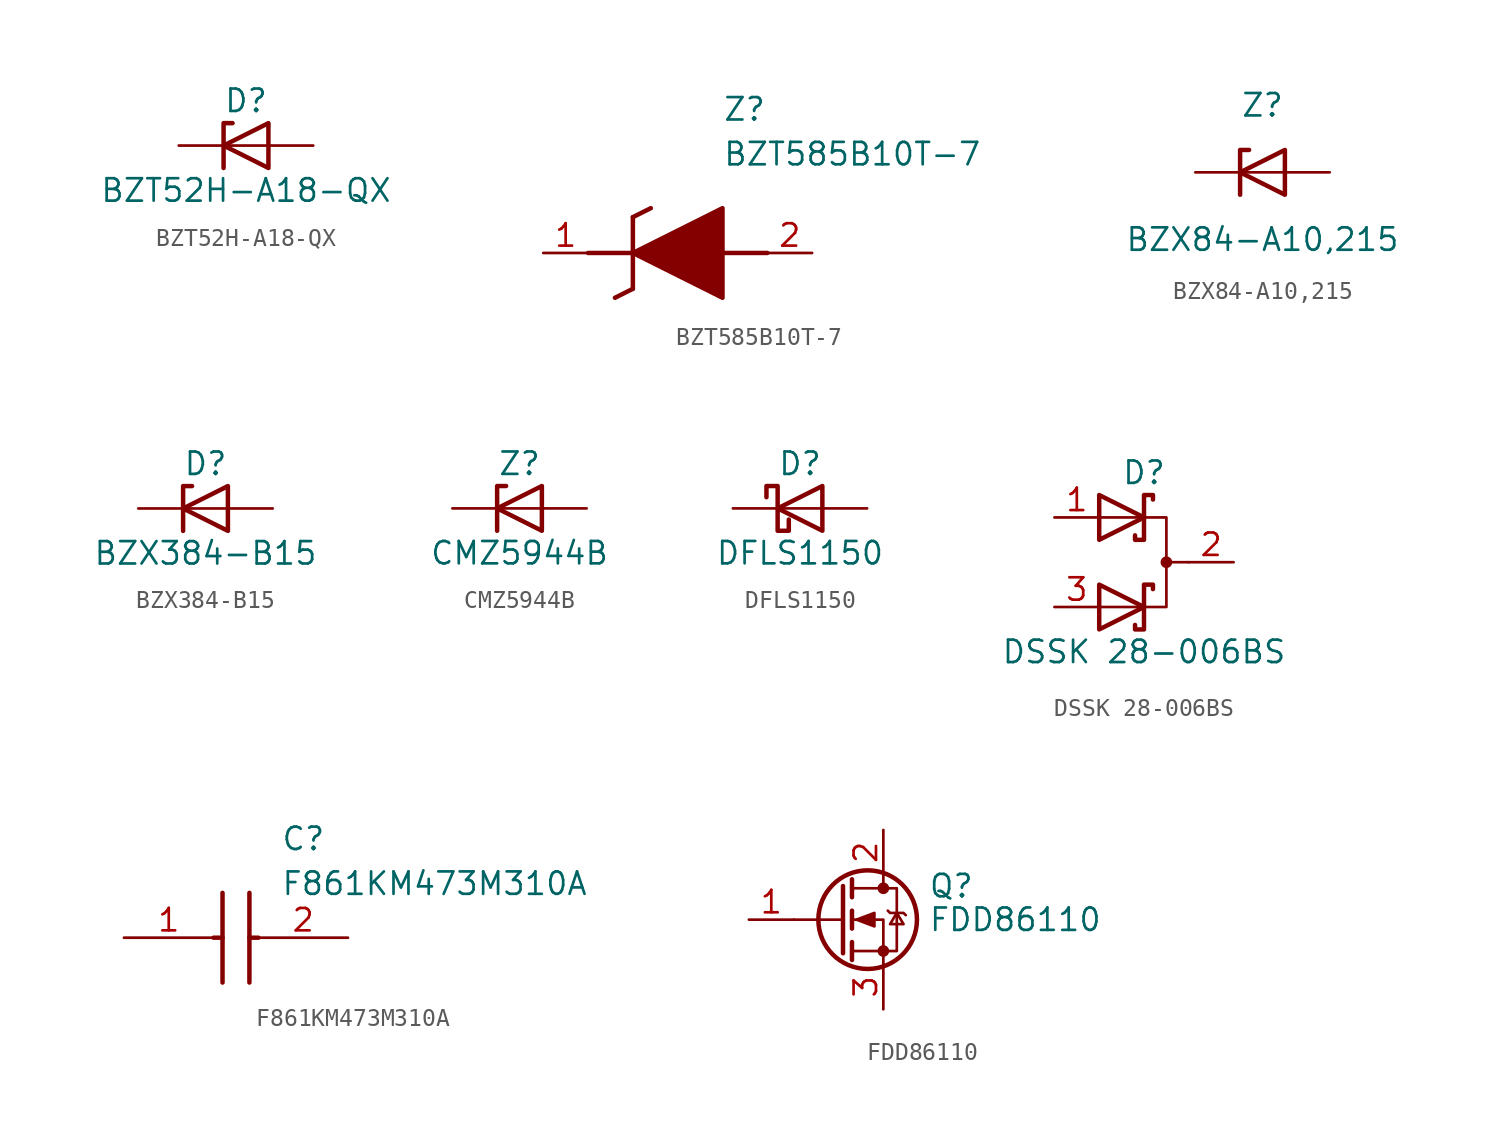
<source format=kicad_sym>
(kicad_symbol_lib
  (version 20231120)
  (generator "kicad_symbol_editor")
  (generator_version "8.0")
  (symbol "BZT52H-A18-QX"
    (pin_numbers hide)
    (pin_names
      (offset 1.016) hide)
    (property "Reference" "D"
      (at 0 2.54 0)
      (effects (font (size 1.27 1.27))))
    (property "Value" "BZT52H-A18-QX"
      (at 0 -2.54 0)
      (effects (font (size 1.27 1.27))))
    (symbol "BZT52H-A18-QX_0_1"
      (polyline (pts (xy 1.27 0) (xy -1.27 0)) (stroke (width 0) (type default)) (fill (type none)))
      (polyline (pts (xy -1.27 -1.27) (xy -1.27 1.27) (xy -0.762 1.27)) (stroke (width 0.254) (type default)) (fill (type none)))
      (polyline (pts (xy 1.27 -1.27) (xy 1.27 1.27) (xy -1.27 0) (xy 1.27 -1.27)) (stroke (width 0.254) (type default)) (fill (type none))))
    (symbol "BZT52H-A18-QX_1_1"
      (pin passive line (at -3.81 0 0) (length 2.54) (name "K" (effects (font (size 1.27 1.27)))) (number "1" (effects (font (size 1.27 1.27)))))
      (pin passive line (at 3.81 0 180) (length 2.54) (name "A" (effects (font (size 1.27 1.27)))) (number "2" (effects (font (size 1.27 1.27)))))))
  (symbol "BZT585B10T-7"
    (pin_names hide)
    (property "Reference" "Z"
      (at 10.16 8.89 0)
      (effects (font (size 1.27 1.27)) (justify left top)))
    (property "Value" "BZT585B10T-7"
      (at 10.16 6.35 0)
      (effects (font (size 1.27 1.27)) (justify left top)))
    (symbol "BZT585B10T-7_1_1"
      (polyline (pts (xy 2.54 0) (xy 5.08 0)) (stroke (width 0.254) (type default)) (fill (type none)))
      (polyline (pts (xy 4.064 -2.54) (xy 5.08 -2.032)) (stroke (width 0.254) (type default)) (fill (type none)))
      (polyline (pts (xy 5.08 2.032) (xy 5.08 -2.032)) (stroke (width 0.254) (type default)) (fill (type none)))
      (polyline (pts (xy 5.08 2.032) (xy 6.096 2.54)) (stroke (width 0.254) (type default)) (fill (type none)))
      (polyline (pts (xy 12.7 0) (xy 10.16 0)) (stroke (width 0.254) (type default)) (fill (type none)))
      (polyline (pts (xy 5.08 0) (xy 10.16 2.54) (xy 10.16 -2.54) (xy 5.08 0)) (stroke (width 0.254) (type default)) (fill (type outline)))
      (pin passive line (at 0 0 0) (length 2.54) (name "K" (effects (font (size 1.27 1.27)))) (number "1" (effects (font (size 1.27 1.27)))))
      (pin passive line (at 15.24 0 180) (length 2.54) (name "A" (effects (font (size 1.27 1.27)))) (number "2" (effects (font (size 1.27 1.27)))))))
  (symbol "BZX84-A10,215"
    (pin_numbers hide)
    (pin_names hide)
    (property "Reference" "Z"
      (at 0 3.81 0)
      (effects (font (size 1.27 1.27))))
    (property "Value" "BZX84-A10,215"
      (at 0 -3.81 0)
      (effects (font (size 1.27 1.27))))
    (symbol "BZX84-A10,215_0_1"
      (polyline (pts (xy 1.27 0) (xy -1.27 0)) (stroke (width 0) (type default)) (fill (type none)))
      (polyline (pts (xy -1.27 -1.27) (xy -1.27 1.27) (xy -0.762 1.27)) (stroke (width 0.254) (type default)) (fill (type none)))
      (polyline (pts (xy 1.27 -1.27) (xy 1.27 1.27) (xy -1.27 0) (xy 1.27 -1.27)) (stroke (width 0.254) (type default)) (fill (type none))))
    (symbol "BZX84-A10,215_1_1"
      (pin passive line (at 3.81 0 180) (length 2.54) (name "A" (effects (font (size 1.27 1.27)))) (number "1" (effects (font (size 1.27 1.27)))))
      (pin no_connect line (at 1.27 0 180) (length 2.54) hide (name "NC" (effects (font (size 1.27 1.27)))) (number "2" (effects (font (size 1.27 1.27)))))
      (pin passive line (at -3.81 0 0) (length 2.54) (name "K" (effects (font (size 1.27 1.27)))) (number "3" (effects (font (size 1.27 1.27)))))))
  (symbol "BZX384-B15"
    (pin_numbers hide)
    (pin_names
      (offset 1.016) hide)
    (property "Reference" "D"
      (at 0 2.54 0)
      (effects (font (size 1.27 1.27))))
    (property "Value" "BZX384-B15"
      (at 0 -2.54 0)
      (effects (font (size 1.27 1.27))))
    (symbol "BZX384-B15_0_1"
      (polyline (pts (xy 1.27 0) (xy -1.27 0)) (stroke (width 0) (type default)) (fill (type none)))
      (polyline (pts (xy -1.27 -1.27) (xy -1.27 1.27) (xy -0.762 1.27)) (stroke (width 0.254) (type default)) (fill (type none)))
      (polyline (pts (xy 1.27 -1.27) (xy 1.27 1.27) (xy -1.27 0) (xy 1.27 -1.27)) (stroke (width 0.254) (type default)) (fill (type none))))
    (symbol "BZX384-B15_1_1"
      (pin passive line (at -3.81 0 0) (length 2.54) (name "K" (effects (font (size 1.27 1.27)))) (number "1" (effects (font (size 1.27 1.27)))))
      (pin passive line (at 3.81 0 180) (length 2.54) (name "A" (effects (font (size 1.27 1.27)))) (number "2" (effects (font (size 1.27 1.27)))))))
  (symbol "CMZ5944B"
    (pin_numbers hide)
    (pin_names
      (offset 1.016) hide)
    (property "Reference" "Z"
      (at 0 2.54 0)
      (effects (font (size 1.27 1.27))))
    (property "Value" "CMZ5944B"
      (at 0 -2.54 0)
      (effects (font (size 1.27 1.27))))
    (symbol "CMZ5944B_0_1"
      (polyline (pts (xy 1.27 0) (xy -1.27 0)) (stroke (width 0) (type default)) (fill (type none)))
      (polyline (pts (xy -1.27 -1.27) (xy -1.27 1.27) (xy -0.762 1.27)) (stroke (width 0.254) (type default)) (fill (type none)))
      (polyline (pts (xy 1.27 -1.27) (xy 1.27 1.27) (xy -1.27 0) (xy 1.27 -1.27)) (stroke (width 0.254) (type default)) (fill (type none))))
    (symbol "CMZ5944B_1_1"
      (pin passive line (at -3.81 0 0) (length 2.54) (name "K" (effects (font (size 1.27 1.27)))) (number "1" (effects (font (size 1.27 1.27)))))
      (pin passive line (at 3.81 0 180) (length 2.54) (name "A" (effects (font (size 1.27 1.27)))) (number "2" (effects (font (size 1.27 1.27)))))))
  (symbol "DFLS1150"
    (pin_numbers hide)
    (pin_names
      (offset 1.016) hide)
    (property "Reference" "D"
      (at 0 2.54 0)
      (effects (font (size 1.27 1.27))))
    (property "Value" "DFLS1150"
      (at 0 -2.54 0)
      (effects (font (size 1.27 1.27))))
    (symbol "DFLS1150_0_1"
      (polyline (pts (xy 1.27 0) (xy -1.27 0)) (stroke (width 0) (type default)) (fill (type none)))
      (polyline (pts (xy 1.27 1.27) (xy 1.27 -1.27) (xy -1.27 0) (xy 1.27 1.27)) (stroke (width 0.254) (type default)) (fill (type none)))
      (polyline (pts (xy -1.905 0.635) (xy -1.905 1.27) (xy -1.27 1.27) (xy -1.27 -1.27) (xy -0.635 -1.27) (xy -0.635 -0.635)) (stroke (width 0.254) (type default)) (fill (type none))))
    (symbol "DFLS1150_1_1"
      (pin passive line (at -3.81 0 0) (length 2.54) (name "K" (effects (font (size 1.27 1.27)))) (number "1" (effects (font (size 1.27 1.27)))))
      (pin passive line (at 3.81 0 180) (length 2.54) (name "A" (effects (font (size 1.27 1.27)))) (number "2" (effects (font (size 1.27 1.27)))))))
  (symbol "DSSK 28-006BS"
    (pin_names
      (offset 0.762) hide)
    (property "Reference" "D"
      (at 0 5.08 0)
      (effects (font (size 1.27 1.27))))
    (property "Value" "DSSK 28-006BS"
      (at 0 -5.08 0)
      (effects (font (size 1.27 1.27))))
    (symbol "DSSK 28-006BS_0_1"
      (polyline (pts (xy 1.27 0) (xy 2.54 0)) (stroke (width 0) (type default)) (fill (type none)))
      (polyline (pts (xy -2.54 -2.54) (xy 1.27 -2.54) (xy 1.27 2.54) (xy -2.54 2.54)) (stroke (width 0) (type default)) (fill (type none)))
      (polyline (pts (xy -2.54 -1.27) (xy 0 -2.54) (xy -2.54 -3.81) (xy -2.54 -1.27) (xy -2.54 -1.27) (xy -2.54 -1.27)) (stroke (width 0.254) (type default)) (fill (type none)))
      (polyline (pts (xy -2.54 3.81) (xy 0 2.54) (xy -2.54 1.27) (xy -2.54 3.81) (xy -2.54 3.81) (xy -2.54 3.81)) (stroke (width 0.254) (type default)) (fill (type none)))
      (polyline (pts (xy 0.508 -1.524) (xy 0.508 -1.27) (xy 0 -1.27) (xy 0 -3.81) (xy -0.508 -3.81) (xy -0.508 -3.556)) (stroke (width 0.254) (type default)) (fill (type none)))
      (polyline (pts (xy 0.508 3.556) (xy 0.508 3.81) (xy 0 3.81) (xy 0 1.27) (xy -0.508 1.27) (xy -0.508 1.524)) (stroke (width 0.254) (type default)) (fill (type none)))
      (circle (center 1.27 0) (radius 0.254) (stroke (width 0) (type default)) (fill (type outline)))
      (pin passive line (at -5.08 2.54 0) (length 2.54) (name "A" (effects (font (size 1.27 1.27)))) (number "1" (effects (font (size 1.27 1.27)))))
      (pin passive line (at 5.08 0 180) (length 2.54) (name "K" (effects (font (size 1.27 1.27)))) (number "2" (effects (font (size 1.27 1.27)))))
      (pin passive line (at -5.08 -2.54 0) (length 2.54) (name "A" (effects (font (size 1.27 1.27)))) (number "3" (effects (font (size 1.27 1.27)))))))
  (symbol "F861KM473M310A"
    (pin_names hide)
    (property "Reference" "C"
      (at 8.89 6.35 0)
      (effects (font (size 1.27 1.27)) (justify left top)))
    (property "Value" "F861KM473M310A"
      (at 8.89 3.81 0)
      (effects (font (size 1.27 1.27)) (justify left top)))
    (symbol "F861KM473M310A_1_1"
      (polyline (pts (xy 5.08 0) (xy 5.588 0)) (stroke (width 0.254) (type default)) (fill (type none)))
      (polyline (pts (xy 5.588 2.54) (xy 5.588 -2.54)) (stroke (width 0.254) (type default)) (fill (type none)))
      (polyline (pts (xy 7.112 0) (xy 7.62 0)) (stroke (width 0.254) (type default)) (fill (type none)))
      (polyline (pts (xy 7.112 2.54) (xy 7.112 -2.54)) (stroke (width 0.254) (type default)) (fill (type none)))
      (pin passive line (at 0 0 0) (length 5.08) (name "1" (effects (font (size 1.27 1.27)))) (number "1" (effects (font (size 1.27 1.27)))))
      (pin passive line (at 12.7 0 180) (length 5.08) (name "2" (effects (font (size 1.27 1.27)))) (number "2" (effects (font (size 1.27 1.27)))))))
  (symbol "FDD86110"
    (pin_names hide)
    (property "Reference" "Q"
      (at 5.08 1.905 0)
      (effects (font (size 1.27 1.27)) (justify left)))
    (property "Value" "FDD86110"
      (at 5.08 0 0)
      (effects (font (size 1.27 1.27)) (justify left)))
    (symbol "FDD86110_0_1"
      (polyline (pts (xy 0.254 0) (xy -2.54 0)) (stroke (width 0) (type default)) (fill (type none)))
      (polyline (pts (xy 0.254 1.905) (xy 0.254 -1.905)) (stroke (width 0.254) (type default)) (fill (type none)))
      (polyline (pts (xy 0.762 -1.27) (xy 0.762 -2.286)) (stroke (width 0.254) (type default)) (fill (type none)))
      (polyline (pts (xy 0.762 0.508) (xy 0.762 -0.508)) (stroke (width 0.254) (type default)) (fill (type none)))
      (polyline (pts (xy 0.762 2.286) (xy 0.762 1.27)) (stroke (width 0.254) (type default)) (fill (type none)))
      (polyline (pts (xy 2.54 2.54) (xy 2.54 1.778)) (stroke (width 0) (type default)) (fill (type none)))
      (polyline (pts (xy 2.54 -2.54) (xy 2.54 0) (xy 0.762 0)) (stroke (width 0) (type default)) (fill (type none)))
      (polyline (pts (xy 0.762 -1.778) (xy 3.302 -1.778) (xy 3.302 1.778) (xy 0.762 1.778)) (stroke (width 0) (type default)) (fill (type none)))
      (polyline (pts (xy 1.016 0) (xy 2.032 0.381) (xy 2.032 -0.381) (xy 1.016 0)) (stroke (width 0) (type default)) (fill (type outline)))
      (polyline (pts (xy 2.794 0.508) (xy 2.921 0.381) (xy 3.683 0.381) (xy 3.81 0.254)) (stroke (width 0) (type default)) (fill (type none)))
      (polyline (pts (xy 3.302 0.381) (xy 2.921 -0.254) (xy 3.683 -0.254) (xy 3.302 0.381)) (stroke (width 0) (type default)) (fill (type none)))
      (circle (center 1.651 0) (radius 2.794) (stroke (width 0.254) (type default)) (fill (type none)))
      (circle (center 2.54 -1.778) (radius 0.254) (stroke (width 0) (type default)) (fill (type outline)))
      (circle (center 2.54 1.778) (radius 0.254) (stroke (width 0) (type default)) (fill (type outline))))
    (symbol "FDD86110_1_1"
      (pin passive line (at -5.08 0 0) (length 2.54) (name "G" (effects (font (size 1.27 1.27)))) (number "1" (effects (font (size 1.27 1.27)))))
      (pin passive line (at 2.54 5.08 270) (length 2.54) (name "D" (effects (font (size 1.27 1.27)))) (number "2" (effects (font (size 1.27 1.27)))))
      (pin passive line (at 2.54 -5.08 90) (length 2.54) (name "S" (effects (font (size 1.27 1.27)))) (number "3" (effects (font (size 1.27 1.27))))))))
</source>
